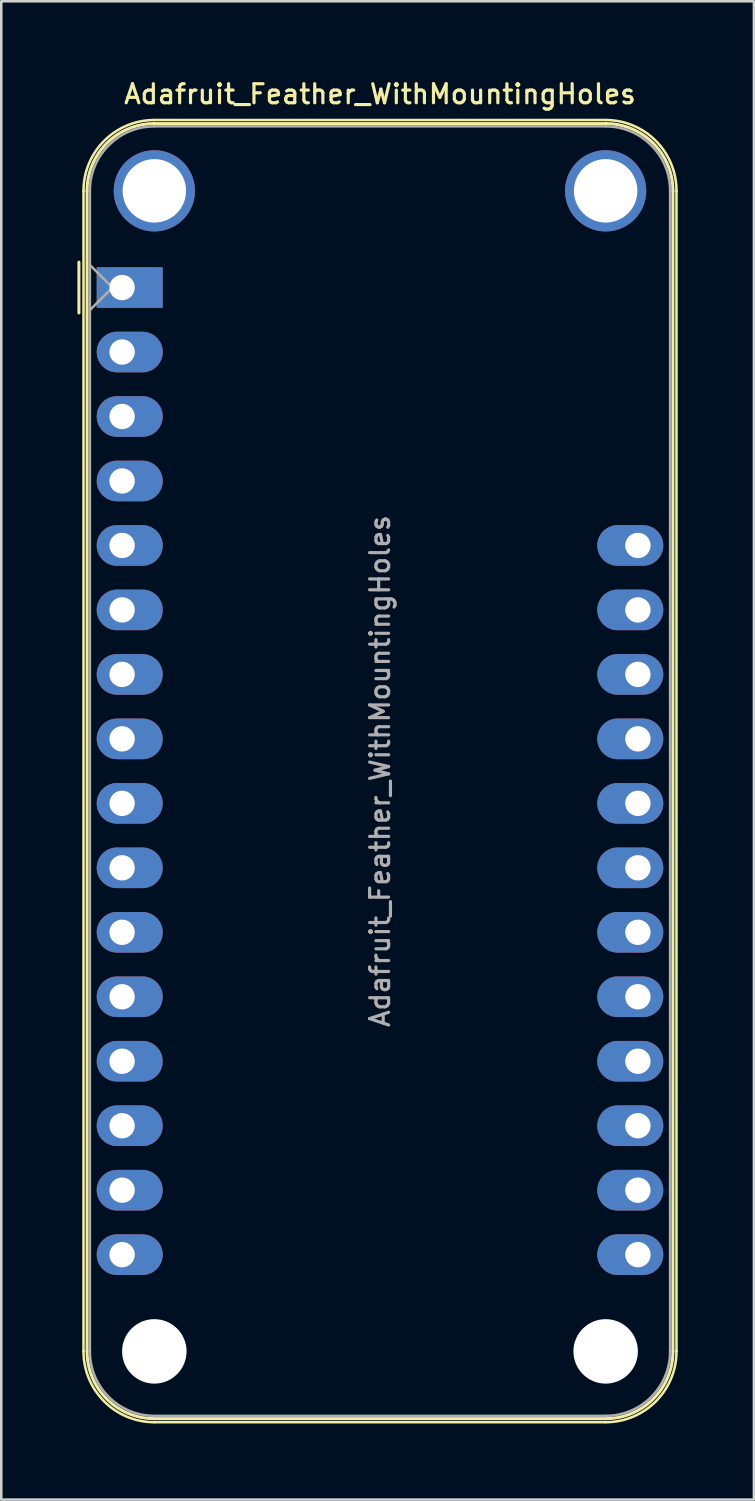
<source format=kicad_pcb>
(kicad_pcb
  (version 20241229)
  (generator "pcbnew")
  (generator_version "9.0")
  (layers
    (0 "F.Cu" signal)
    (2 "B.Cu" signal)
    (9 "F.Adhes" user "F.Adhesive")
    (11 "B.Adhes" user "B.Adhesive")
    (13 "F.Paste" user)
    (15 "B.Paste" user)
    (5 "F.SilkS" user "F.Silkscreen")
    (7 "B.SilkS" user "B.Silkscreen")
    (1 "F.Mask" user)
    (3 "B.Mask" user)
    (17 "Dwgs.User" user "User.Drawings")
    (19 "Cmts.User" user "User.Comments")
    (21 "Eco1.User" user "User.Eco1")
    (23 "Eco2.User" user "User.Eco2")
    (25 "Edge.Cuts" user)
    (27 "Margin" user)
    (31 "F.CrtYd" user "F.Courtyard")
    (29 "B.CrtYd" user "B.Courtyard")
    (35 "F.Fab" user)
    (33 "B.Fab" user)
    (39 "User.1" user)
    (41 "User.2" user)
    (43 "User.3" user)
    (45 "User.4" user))
  (footprint "Adafruit_Feather_WithMountingHoles"
    (layer "F.Cu")
    (at 1.76 8.278)
    (property "Reference" "Adafruit_Feather_WithMountingHoles" (at 10.16 -7.62 0) (layer "F.SilkS") (effects (font (size 0.75 0.75) (thickness 0.125))))
    (attr through_hole)
    (fp_line (start -1.7 1) (end -1.7 -1) (stroke (width 0.12) (type solid)) (layer "F.SilkS"))
    (fp_line (start -1.52 41.91) (end -1.52 -3.81) (stroke (width 0.1) (type solid)) (layer "F.SilkS"))
    (fp_line (start -1.38 -3.81) (end -1.38 41.91) (stroke (width 0.12) (type solid)) (layer "F.SilkS"))
    (fp_line (start 19.05 -6.6) (end 1.27 -6.6) (stroke (width 0.1) (type solid)) (layer "F.SilkS"))
    (fp_line (start 19.05 -6.46) (end 1.27 -6.46) (stroke (width 0.12) (type solid)) (layer "F.SilkS"))
    (fp_line (start 19.05 44.56) (end 1.27 44.56) (stroke (width 0.12) (type solid)) (layer "F.SilkS"))
    (fp_line (start 19.05 44.7) (end 1.27 44.7) (stroke (width 0.1) (type solid)) (layer "F.SilkS"))
    (fp_line (start 21.7 -3.81) (end 21.7 41.91) (stroke (width 0.12) (type solid)) (layer "F.SilkS"))
    (fp_line (start 21.84 41.91) (end 21.84 -3.81) (stroke (width 0.1) (type solid)) (layer "F.SilkS"))
    (fp_arc (start -1.52 -3.81) (mid -0.702828 -5.782828) (end 1.27 -6.6) (stroke (width 0.1) (type solid)) (layer "F.SilkS"))
    (fp_arc (start -1.38 -3.81) (mid -0.603833 -5.683833) (end 1.27 -6.46) (stroke (width 0.12) (type solid)) (layer "F.SilkS"))
    (fp_arc (start 1.27 44.56) (mid -0.603833 43.783833) (end -1.38 41.91) (stroke (width 0.12) (type solid)) (layer "F.SilkS"))
    (fp_arc (start 1.27 44.7) (mid -0.702828 43.882828) (end -1.52 41.91) (stroke (width 0.1) (type solid)) (layer "F.SilkS"))
    (fp_arc (start 19.05 -6.6) (mid 21.022828 -5.782828) (end 21.84 -3.81) (stroke (width 0.1) (type solid)) (layer "F.SilkS"))
    (fp_arc (start 19.05 -6.46) (mid 20.923833 -5.683833) (end 21.7 -3.81) (stroke (width 0.12) (type solid)) (layer "F.SilkS"))
    (fp_arc (start 21.7 41.91) (mid 20.923833 43.783833) (end 19.05 44.56) (stroke (width 0.12) (type solid)) (layer "F.SilkS"))
    (fp_arc (start 21.84 41.91) (mid 21.022828 43.882828) (end 19.05 44.7) (stroke (width 0.1) (type solid)) (layer "F.SilkS"))
    (fp_line (start -1.27 -3.81) (end -1.27 41.91) (stroke (width 0.1) (type solid)) (layer "F.Fab"))
    (fp_line (start -1.27 -0.889) (end -0.381 0) (stroke (width 0.1) (type solid)) (layer "F.Fab"))
    (fp_line (start -0.381 0) (end -1.27 0.889) (stroke (width 0.1) (type solid)) (layer "F.Fab"))
    (fp_line (start 1.27 44.45) (end 19.05 44.45) (stroke (width 0.1) (type solid)) (layer "F.Fab"))
    (fp_line (start 19.05 -6.35) (end 1.27 -6.35) (stroke (width 0.1) (type solid)) (layer "F.Fab"))
    (fp_line (start 21.59 41.91) (end 21.59 -3.81) (stroke (width 0.1) (type solid)) (layer "F.Fab"))
    (fp_arc (start -1.27 -3.81) (mid -0.526051 -5.606051) (end 1.27 -6.35) (stroke (width 0.1) (type solid)) (layer "F.Fab"))
    (fp_arc (start 1.221238 44.449532) (mid -0.543209 43.688728) (end -1.27 41.91) (stroke (width 0.1) (type solid)) (layer "F.Fab"))
    (fp_arc (start 19.05 -6.35) (mid 20.846051 -5.606051) (end 21.59 -3.81) (stroke (width 0.1) (type solid)) (layer "F.Fab"))
    (fp_arc (start 21.59 41.91) (mid 20.846051 43.706051) (end 19.05 44.45) (stroke (width 0.1) (type solid)) (layer "F.Fab"))
    (fp_text user "${REFERENCE}" (at 10.16 19.05 270) (layer "F.Fab") (effects (font (size 0.75 0.75) (thickness 0.125))))
    (pad "" np_thru_hole circle (at 1.27 -3.81 270) (size 3.2 3.2) (drill 2.5) (layers "*.Cu" "*.Mask"))
    (pad "" np_thru_hole circle (at 1.27 41.91 270) (size 2.54 2.54) (drill 2.54) (layers "*.Cu" "*.Mask"))
    (pad "" np_thru_hole circle (at 19.05 -3.81 270) (size 3.2 3.2) (drill 2.5) (layers "*.Cu" "*.Mask"))
    (pad "" np_thru_hole circle (at 19.05 41.91 270) (size 2.54 2.54) (drill 2.54) (layers "*.Cu" "*.Mask"))
    (pad "1" thru_hole rect (at 0 0) (size 2.6 1.6) (drill 1 (offset 0.3 0)) (layers "*.Cu" "*.Mask"))
    (pad "2" thru_hole oval (at 0 2.54) (size 2.6 1.6) (drill 1 (offset 0.3 0)) (layers "*.Cu" "*.Mask"))
    (pad "3" thru_hole oval (at 0 5.08) (size 2.6 1.6) (drill 1 (offset 0.3 0)) (layers "*.Cu" "*.Mask"))
    (pad "4" thru_hole oval (at 0 7.62) (size 2.6 1.6) (drill 1 (offset 0.3 0)) (layers "*.Cu" "*.Mask"))
    (pad "5" thru_hole oval (at 0 10.16) (size 2.6 1.6) (drill 1 (offset 0.3 0)) (layers "*.Cu" "*.Mask"))
    (pad "6" thru_hole oval (at 0 12.7) (size 2.6 1.6) (drill 1 (offset 0.3 0)) (layers "*.Cu" "*.Mask"))
    (pad "7" thru_hole oval (at 0 15.24) (size 2.6 1.6) (drill 1 (offset 0.3 0)) (layers "*.Cu" "*.Mask"))
    (pad "8" thru_hole oval (at 0 17.78) (size 2.6 1.6) (drill 1 (offset 0.3 0)) (layers "*.Cu" "*.Mask"))
    (pad "9" thru_hole oval (at 0 20.32) (size 2.6 1.6) (drill 1 (offset 0.3 0)) (layers "*.Cu" "*.Mask"))
    (pad "10" thru_hole oval (at 0 22.86) (size 2.6 1.6) (drill 1 (offset 0.3 0)) (layers "*.Cu" "*.Mask"))
    (pad "11" thru_hole oval (at 0 25.4) (size 2.6 1.6) (drill 1 (offset 0.3 0)) (layers "*.Cu" "*.Mask"))
    (pad "12" thru_hole oval (at 0 27.94) (size 2.6 1.6) (drill 1 (offset 0.3 0)) (layers "*.Cu" "*.Mask"))
    (pad "13" thru_hole oval (at 0 30.48) (size 2.6 1.6) (drill 1 (offset 0.3 0)) (layers "*.Cu" "*.Mask"))
    (pad "14" thru_hole oval (at 0 33.02) (size 2.6 1.6) (drill 1 (offset 0.3 0)) (layers "*.Cu" "*.Mask"))
    (pad "15" thru_hole oval (at 0 35.56) (size 2.6 1.6) (drill 1 (offset 0.3 0)) (layers "*.Cu" "*.Mask"))
    (pad "16" thru_hole oval (at 0 38.1) (size 2.6 1.6) (drill 1 (offset 0.3 0)) (layers "*.Cu" "*.Mask"))
    (pad "17" thru_hole oval (at 20.32 38.1 180) (size 2.6 1.6) (drill 1 (offset 0.3 0)) (layers "*.Cu" "*.Mask"))
    (pad "18" thru_hole oval (at 20.32 35.56 180) (size 2.6 1.6) (drill 1 (offset 0.3 0)) (layers "*.Cu" "*.Mask"))
    (pad "19" thru_hole oval (at 20.32 33.02 180) (size 2.6 1.6) (drill 1 (offset 0.3 0)) (layers "*.Cu" "*.Mask"))
    (pad "20" thru_hole oval (at 20.32 30.48 180) (size 2.6 1.6) (drill 1 (offset 0.3 0)) (layers "*.Cu" "*.Mask"))
    (pad "21" thru_hole oval (at 20.32 27.94 180) (size 2.6 1.6) (drill 1 (offset 0.3 0)) (layers "*.Cu" "*.Mask"))
    (pad "22" thru_hole oval (at 20.32 25.4 180) (size 2.6 1.6) (drill 1 (offset 0.3 0)) (layers "*.Cu" "*.Mask"))
    (pad "23" thru_hole oval (at 20.32 22.86 180) (size 2.6 1.6) (drill 1 (offset 0.3 0)) (layers "*.Cu" "*.Mask"))
    (pad "24" thru_hole oval (at 20.32 20.32 180) (size 2.6 1.6) (drill 1 (offset 0.3 0)) (layers "*.Cu" "*.Mask"))
    (pad "25" thru_hole oval (at 20.32 17.78 180) (size 2.6 1.6) (drill 1 (offset 0.3 0)) (layers "*.Cu" "*.Mask"))
    (pad "26" thru_hole oval (at 20.32 15.24 180) (size 2.6 1.6) (drill 1 (offset 0.3 0)) (layers "*.Cu" "*.Mask"))
    (pad "27" thru_hole oval (at 20.32 12.7 180) (size 2.6 1.6) (drill 1 (offset 0.3 0)) (layers "*.Cu" "*.Mask"))
    (pad "28" thru_hole oval (at 20.32 10.16 180) (size 2.6 1.6) (drill 1 (offset 0.3 0)) (layers "*.Cu" "*.Mask")))
  (gr_rect
    (start -3 -3)
    (end 26.65 56.028)
    (stroke (width 0.1) (type default))
    (fill no)
    (layer "Edge.Cuts")))
</source>
